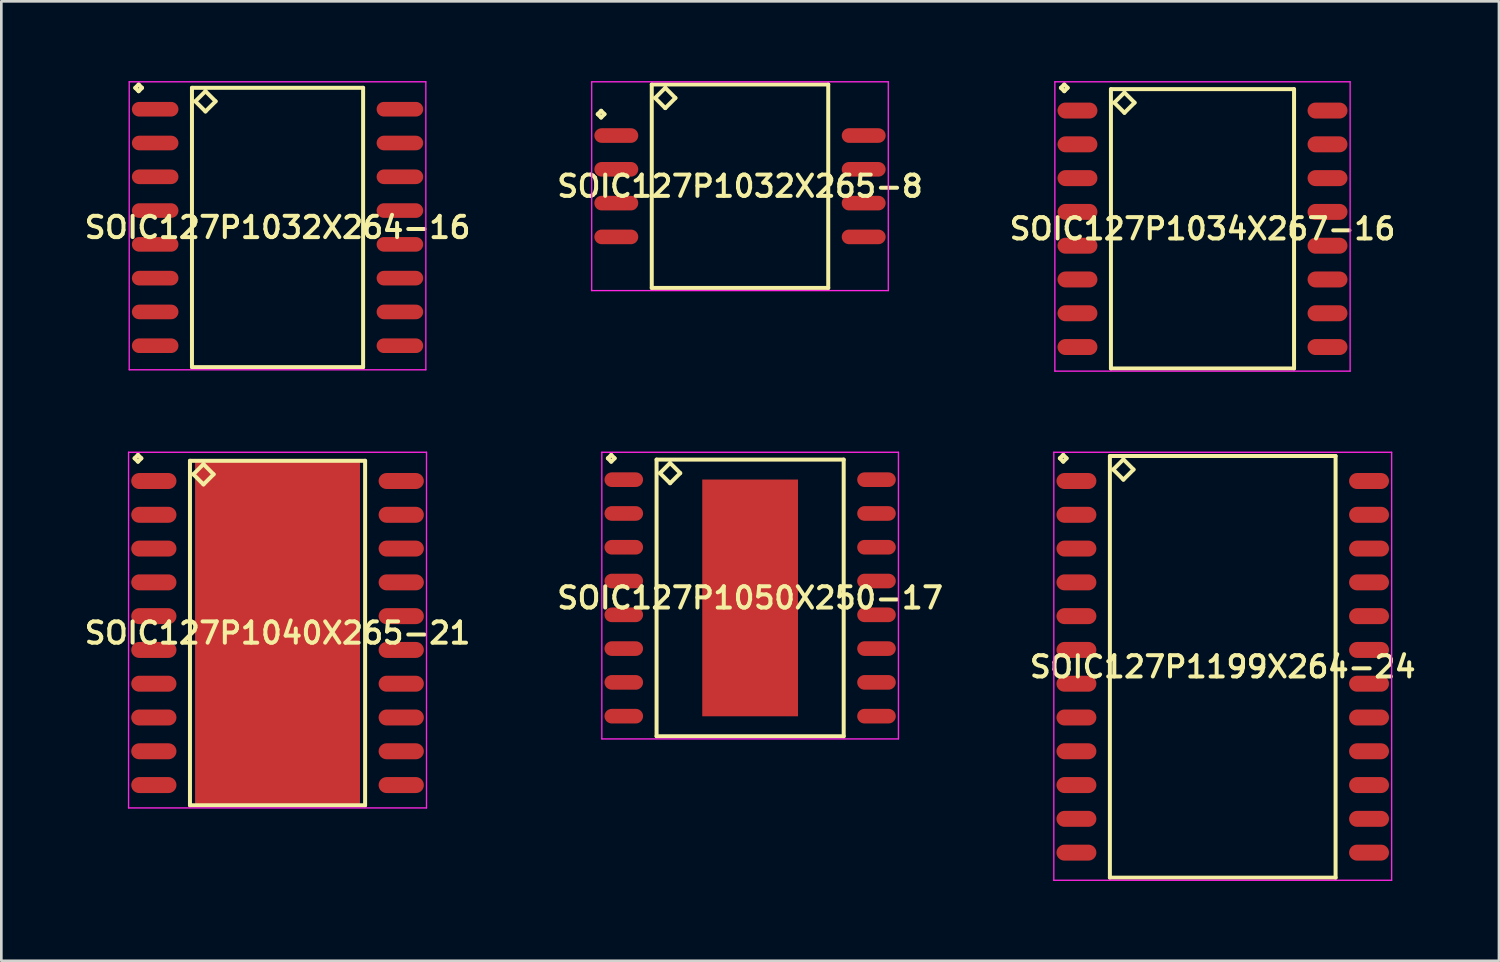
<source format=kicad_pcb>
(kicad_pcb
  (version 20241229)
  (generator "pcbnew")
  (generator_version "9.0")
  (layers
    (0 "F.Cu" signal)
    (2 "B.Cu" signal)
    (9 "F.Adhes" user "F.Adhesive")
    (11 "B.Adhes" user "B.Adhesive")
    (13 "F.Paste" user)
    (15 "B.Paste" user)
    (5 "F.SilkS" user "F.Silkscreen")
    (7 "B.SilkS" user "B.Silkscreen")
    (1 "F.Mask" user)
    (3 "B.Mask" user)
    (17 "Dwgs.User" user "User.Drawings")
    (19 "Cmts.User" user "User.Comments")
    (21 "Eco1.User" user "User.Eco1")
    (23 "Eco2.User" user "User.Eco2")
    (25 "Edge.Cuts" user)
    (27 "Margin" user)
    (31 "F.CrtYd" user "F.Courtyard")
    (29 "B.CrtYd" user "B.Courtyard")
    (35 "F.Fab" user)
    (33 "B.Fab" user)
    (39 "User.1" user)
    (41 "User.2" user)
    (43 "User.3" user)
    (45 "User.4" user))
  (footprint "SOIC127P1199X264-24"
    (layer "F.Cu")
    (at 42.915 22.017)
    (property "Reference" "SOIC127P1199X264-24" (at 0 0 0) (layer "F.SilkS") (effects (font (size 0.8 0.8) (thickness 0.15))))
    (attr smd)
    (fp_line (start -6.123 -7.839) (end -5.996 -7.966) (stroke (width 0.15) (type solid)) (layer "F.SilkS"))
    (fp_line (start -5.996 -7.966) (end -5.869 -7.839) (stroke (width 0.15) (type solid)) (layer "F.SilkS"))
    (fp_line (start -5.996 -7.712) (end -6.123 -7.839) (stroke (width 0.15) (type solid)) (layer "F.SilkS"))
    (fp_line (start -5.869 -7.839) (end -5.996 -7.712) (stroke (width 0.15) (type solid)) (layer "F.SilkS"))
    (fp_line (start -4.242 -7.925) (end -4.242 7.925) (stroke (width 0.15) (type solid)) (layer "F.SilkS"))
    (fp_line (start -4.242 7.925) (end 4.242 7.925) (stroke (width 0.15) (type solid)) (layer "F.SilkS"))
    (fp_line (start -4.115 -7.417) (end -3.734 -7.798) (stroke (width 0.15) (type solid)) (layer "F.SilkS"))
    (fp_line (start -3.734 -7.798) (end -3.353 -7.417) (stroke (width 0.15) (type solid)) (layer "F.SilkS"))
    (fp_line (start -3.734 -7.036) (end -4.115 -7.417) (stroke (width 0.15) (type solid)) (layer "F.SilkS"))
    (fp_line (start -3.353 -7.417) (end -3.734 -7.036) (stroke (width 0.15) (type solid)) (layer "F.SilkS"))
    (fp_line (start 4.242 -7.925) (end -4.242 -7.925) (stroke (width 0.15) (type solid)) (layer "F.SilkS"))
    (fp_line (start 4.242 7.925) (end 4.242 -7.925) (stroke (width 0.15) (type solid)) (layer "F.SilkS"))
    (fp_line (start -6.35 -8.066) (end 6.35 -8.066) (stroke (width 0.05) (type solid)) (layer "F.CrtYd"))
    (fp_line (start -6.35 8.025) (end -6.35 -8.066) (stroke (width 0.05) (type solid)) (layer "F.CrtYd"))
    (fp_line (start 6.35 -8.066) (end 6.35 8.025) (stroke (width 0.05) (type solid)) (layer "F.CrtYd"))
    (fp_line (start 6.35 8.025) (end -6.35 8.025) (stroke (width 0.05) (type solid)) (layer "F.CrtYd"))
    (pad "1" smd oval (at -5.5 -6.985) (size 1.5 0.6) (layers "F.Cu" "F.Mask" "F.Paste"))
    (pad "2" smd oval (at -5.5 -5.715) (size 1.5 0.6) (layers "F.Cu" "F.Mask" "F.Paste"))
    (pad "3" smd oval (at -5.5 -4.445) (size 1.5 0.6) (layers "F.Cu" "F.Mask" "F.Paste"))
    (pad "4" smd oval (at -5.5 -3.175) (size 1.5 0.6) (layers "F.Cu" "F.Mask" "F.Paste"))
    (pad "5" smd oval (at -5.5 -1.905) (size 1.5 0.6) (layers "F.Cu" "F.Mask" "F.Paste"))
    (pad "6" smd oval (at -5.5 -0.635) (size 1.5 0.6) (layers "F.Cu" "F.Mask" "F.Paste"))
    (pad "7" smd oval (at -5.5 0.635) (size 1.5 0.6) (layers "F.Cu" "F.Mask" "F.Paste"))
    (pad "8" smd oval (at -5.5 1.905) (size 1.5 0.6) (layers "F.Cu" "F.Mask" "F.Paste"))
    (pad "9" smd oval (at -5.5 3.175) (size 1.5 0.6) (layers "F.Cu" "F.Mask" "F.Paste"))
    (pad "10" smd oval (at -5.5 4.445) (size 1.5 0.6) (layers "F.Cu" "F.Mask" "F.Paste"))
    (pad "11" smd oval (at -5.5 5.715) (size 1.5 0.6) (layers "F.Cu" "F.Mask" "F.Paste"))
    (pad "12" smd oval (at -5.5 6.985) (size 1.5 0.6) (layers "F.Cu" "F.Mask" "F.Paste"))
    (pad "13" smd oval (at 5.5 6.985) (size 1.5 0.6) (layers "F.Cu" "F.Mask" "F.Paste"))
    (pad "14" smd oval (at 5.5 5.715) (size 1.5 0.6) (layers "F.Cu" "F.Mask" "F.Paste"))
    (pad "15" smd oval (at 5.5 4.445) (size 1.5 0.6) (layers "F.Cu" "F.Mask" "F.Paste"))
    (pad "16" smd oval (at 5.5 3.175) (size 1.5 0.6) (layers "F.Cu" "F.Mask" "F.Paste"))
    (pad "17" smd oval (at 5.5 1.905) (size 1.5 0.6) (layers "F.Cu" "F.Mask" "F.Paste"))
    (pad "18" smd oval (at 5.5 0.635) (size 1.5 0.6) (layers "F.Cu" "F.Mask" "F.Paste"))
    (pad "19" smd oval (at 5.5 -0.635) (size 1.5 0.6) (layers "F.Cu" "F.Mask" "F.Paste"))
    (pad "20" smd oval (at 5.5 -1.905) (size 1.5 0.6) (layers "F.Cu" "F.Mask" "F.Paste"))
    (pad "21" smd oval (at 5.5 -3.175) (size 1.5 0.6) (layers "F.Cu" "F.Mask" "F.Paste"))
    (pad "22" smd oval (at 5.5 -4.445) (size 1.5 0.6) (layers "F.Cu" "F.Mask" "F.Paste"))
    (pad "23" smd oval (at 5.5 -5.715) (size 1.5 0.6) (layers "F.Cu" "F.Mask" "F.Paste"))
    (pad "24" smd oval (at 5.5 -6.985) (size 1.5 0.6) (layers "F.Cu" "F.Mask" "F.Paste")))
  (footprint "SOIC127P1040X265-21"
    (layer "F.Cu")
    (at 7.383 20.747)
    (property "Reference" "SOIC127P1040X265-21" (at 0 0 0) (layer "F.SilkS") (effects (font (size 0.8 0.8) (thickness 0.15))))
    (attr smd)
    (fp_line (start -5.373 -6.569) (end -5.246 -6.696) (stroke (width 0.15) (type solid)) (layer "F.SilkS"))
    (fp_line (start -5.246 -6.696) (end -5.119 -6.569) (stroke (width 0.15) (type solid)) (layer "F.SilkS"))
    (fp_line (start -5.246 -6.442) (end -5.373 -6.569) (stroke (width 0.15) (type solid)) (layer "F.SilkS"))
    (fp_line (start -5.119 -6.569) (end -5.246 -6.442) (stroke (width 0.15) (type solid)) (layer "F.SilkS"))
    (fp_line (start -3.292 -6.475) (end -3.292 6.475) (stroke (width 0.15) (type solid)) (layer "F.SilkS"))
    (fp_line (start -3.292 6.475) (end 3.292 6.475) (stroke (width 0.15) (type solid)) (layer "F.SilkS"))
    (fp_line (start -3.165 -5.967) (end -2.784 -6.348) (stroke (width 0.15) (type solid)) (layer "F.SilkS"))
    (fp_line (start -2.784 -6.348) (end -2.403 -5.967) (stroke (width 0.15) (type solid)) (layer "F.SilkS"))
    (fp_line (start -2.784 -5.586) (end -3.165 -5.967) (stroke (width 0.15) (type solid)) (layer "F.SilkS"))
    (fp_line (start -2.403 -5.967) (end -2.784 -5.586) (stroke (width 0.15) (type solid)) (layer "F.SilkS"))
    (fp_line (start 3.292 -6.475) (end -3.292 -6.475) (stroke (width 0.15) (type solid)) (layer "F.SilkS"))
    (fp_line (start 3.292 6.475) (end 3.292 -6.475) (stroke (width 0.15) (type solid)) (layer "F.SilkS"))
    (fp_line (start -5.6 -6.796) (end 5.6 -6.796) (stroke (width 0.05) (type solid)) (layer "F.CrtYd"))
    (fp_line (start -5.6 6.575) (end -5.6 -6.796) (stroke (width 0.05) (type solid)) (layer "F.CrtYd"))
    (fp_line (start 5.6 -6.796) (end 5.6 6.575) (stroke (width 0.05) (type solid)) (layer "F.CrtYd"))
    (fp_line (start 5.6 6.575) (end -5.6 6.575) (stroke (width 0.05) (type solid)) (layer "F.CrtYd"))
    (pad "1" smd oval (at -4.65 -5.715) (size 1.7 0.6) (layers "F.Cu" "F.Mask" "F.Paste"))
    (pad "2" smd oval (at -4.65 -4.445) (size 1.7 0.6) (layers "F.Cu" "F.Mask" "F.Paste"))
    (pad "3" smd oval (at -4.65 -3.175) (size 1.7 0.6) (layers "F.Cu" "F.Mask" "F.Paste"))
    (pad "4" smd oval (at -4.65 -1.905) (size 1.7 0.6) (layers "F.Cu" "F.Mask" "F.Paste"))
    (pad "5" smd oval (at -4.65 -0.635) (size 1.7 0.6) (layers "F.Cu" "F.Mask" "F.Paste"))
    (pad "6" smd oval (at -4.65 0.635) (size 1.7 0.6) (layers "F.Cu" "F.Mask" "F.Paste"))
    (pad "7" smd oval (at -4.65 1.905) (size 1.7 0.6) (layers "F.Cu" "F.Mask" "F.Paste"))
    (pad "8" smd oval (at -4.65 3.175) (size 1.7 0.6) (layers "F.Cu" "F.Mask" "F.Paste"))
    (pad "9" smd oval (at -4.65 4.445) (size 1.7 0.6) (layers "F.Cu" "F.Mask" "F.Paste"))
    (pad "10" smd oval (at -4.65 5.715) (size 1.7 0.6) (layers "F.Cu" "F.Mask" "F.Paste"))
    (pad "11" smd oval (at 4.65 5.715) (size 1.7 0.6) (layers "F.Cu" "F.Mask" "F.Paste"))
    (pad "12" smd oval (at 4.65 4.445) (size 1.7 0.6) (layers "F.Cu" "F.Mask" "F.Paste"))
    (pad "13" smd oval (at 4.65 3.175) (size 1.7 0.6) (layers "F.Cu" "F.Mask" "F.Paste"))
    (pad "14" smd oval (at 4.65 1.905) (size 1.7 0.6) (layers "F.Cu" "F.Mask" "F.Paste"))
    (pad "15" smd oval (at 4.65 0.635) (size 1.7 0.6) (layers "F.Cu" "F.Mask" "F.Paste"))
    (pad "16" smd oval (at 4.65 -0.635) (size 1.7 0.6) (layers "F.Cu" "F.Mask" "F.Paste"))
    (pad "17" smd oval (at 4.65 -1.905) (size 1.7 0.6) (layers "F.Cu" "F.Mask" "F.Paste"))
    (pad "18" smd oval (at 4.65 -3.175) (size 1.7 0.6) (layers "F.Cu" "F.Mask" "F.Paste"))
    (pad "19" smd oval (at 4.65 -4.445) (size 1.7 0.6) (layers "F.Cu" "F.Mask" "F.Paste"))
    (pad "20" smd oval (at 4.65 -5.715) (size 1.7 0.6) (layers "F.Cu" "F.Mask" "F.Paste"))
    (pad "21" smd rect (at 0 0) (size 6.2 12.95) (layers "F.Cu" "F.Mask" "F.Paste")))
  (footprint "SOIC127P1050X250-17"
    (layer "F.Cu")
    (at 25.149 19.427)
    (property "Reference" "SOIC127P1050X250-17" (at 0 0 0) (layer "F.SilkS") (effects (font (size 0.8 0.8) (thickness 0.15))))
    (attr smd)
    (fp_line (start -5.348 -5.249) (end -5.221 -5.376) (stroke (width 0.15) (type solid)) (layer "F.SilkS"))
    (fp_line (start -5.221 -5.376) (end -5.094 -5.249) (stroke (width 0.15) (type solid)) (layer "F.SilkS"))
    (fp_line (start -5.221 -5.122) (end -5.348 -5.249) (stroke (width 0.15) (type solid)) (layer "F.SilkS"))
    (fp_line (start -5.094 -5.249) (end -5.221 -5.122) (stroke (width 0.15) (type solid)) (layer "F.SilkS"))
    (fp_line (start -3.517 -5.2) (end -3.517 5.2) (stroke (width 0.15) (type solid)) (layer "F.SilkS"))
    (fp_line (start -3.517 5.2) (end 3.517 5.2) (stroke (width 0.15) (type solid)) (layer "F.SilkS"))
    (fp_line (start -3.39 -4.692) (end -3.009 -5.073) (stroke (width 0.15) (type solid)) (layer "F.SilkS"))
    (fp_line (start -3.009 -5.073) (end -2.628 -4.692) (stroke (width 0.15) (type solid)) (layer "F.SilkS"))
    (fp_line (start -3.009 -4.311) (end -3.39 -4.692) (stroke (width 0.15) (type solid)) (layer "F.SilkS"))
    (fp_line (start -2.628 -4.692) (end -3.009 -4.311) (stroke (width 0.15) (type solid)) (layer "F.SilkS"))
    (fp_line (start 3.517 -5.2) (end -3.517 -5.2) (stroke (width 0.15) (type solid)) (layer "F.SilkS"))
    (fp_line (start 3.517 5.2) (end 3.517 -5.2) (stroke (width 0.15) (type solid)) (layer "F.SilkS"))
    (fp_line (start -5.575 -5.476) (end 5.575 -5.476) (stroke (width 0.05) (type solid)) (layer "F.CrtYd"))
    (fp_line (start -5.575 5.3) (end -5.575 -5.476) (stroke (width 0.05) (type solid)) (layer "F.CrtYd"))
    (fp_line (start 5.575 -5.476) (end 5.575 5.3) (stroke (width 0.05) (type solid)) (layer "F.CrtYd"))
    (fp_line (start 5.575 5.3) (end -5.575 5.3) (stroke (width 0.05) (type solid)) (layer "F.CrtYd"))
    (pad "1" smd oval (at -4.75 -4.445) (size 1.45 0.55) (layers "F.Cu" "F.Mask" "F.Paste"))
    (pad "2" smd oval (at -4.75 -3.175) (size 1.45 0.55) (layers "F.Cu" "F.Mask" "F.Paste"))
    (pad "3" smd oval (at -4.75 -1.905) (size 1.45 0.55) (layers "F.Cu" "F.Mask" "F.Paste"))
    (pad "4" smd oval (at -4.75 -0.635) (size 1.45 0.55) (layers "F.Cu" "F.Mask" "F.Paste"))
    (pad "5" smd oval (at -4.75 0.635) (size 1.45 0.55) (layers "F.Cu" "F.Mask" "F.Paste"))
    (pad "6" smd oval (at -4.75 1.905) (size 1.45 0.55) (layers "F.Cu" "F.Mask" "F.Paste"))
    (pad "7" smd oval (at -4.75 3.175) (size 1.45 0.55) (layers "F.Cu" "F.Mask" "F.Paste"))
    (pad "8" smd oval (at -4.75 4.445) (size 1.45 0.55) (layers "F.Cu" "F.Mask" "F.Paste"))
    (pad "9" smd oval (at 4.75 4.445) (size 1.45 0.55) (layers "F.Cu" "F.Mask" "F.Paste"))
    (pad "10" smd oval (at 4.75 3.175) (size 1.45 0.55) (layers "F.Cu" "F.Mask" "F.Paste"))
    (pad "11" smd oval (at 4.75 1.905) (size 1.45 0.55) (layers "F.Cu" "F.Mask" "F.Paste"))
    (pad "12" smd oval (at 4.75 0.635) (size 1.45 0.55) (layers "F.Cu" "F.Mask" "F.Paste"))
    (pad "13" smd oval (at 4.75 -0.635) (size 1.45 0.55) (layers "F.Cu" "F.Mask" "F.Paste"))
    (pad "14" smd oval (at 4.75 -1.905) (size 1.45 0.55) (layers "F.Cu" "F.Mask" "F.Paste"))
    (pad "15" smd oval (at 4.75 -3.175) (size 1.45 0.55) (layers "F.Cu" "F.Mask" "F.Paste"))
    (pad "16" smd oval (at 4.75 -4.445) (size 1.45 0.55) (layers "F.Cu" "F.Mask" "F.Paste"))
    (pad "17" smd rect (at 0 0) (size 3.6 8.9) (layers "F.Cu" "F.Mask" "F.Paste")))
  (footprint "SOIC127P1032X264-16"
    (layer "F.Cu")
    (at 7.383 5.501)
    (property "Reference" "SOIC127P1032X264-16" (at 0 0 0) (layer "F.SilkS") (effects (font (size 0.8 0.8) (thickness 0.15))))
    (attr smd)
    (fp_line (start -5.348 -5.249) (end -5.221 -5.376) (stroke (width 0.15) (type solid)) (layer "F.SilkS"))
    (fp_line (start -5.221 -5.376) (end -5.094 -5.249) (stroke (width 0.15) (type solid)) (layer "F.SilkS"))
    (fp_line (start -5.221 -5.122) (end -5.348 -5.249) (stroke (width 0.15) (type solid)) (layer "F.SilkS"))
    (fp_line (start -5.094 -5.249) (end -5.221 -5.122) (stroke (width 0.15) (type solid)) (layer "F.SilkS"))
    (fp_line (start -3.217 -5.25) (end -3.217 5.25) (stroke (width 0.15) (type solid)) (layer "F.SilkS"))
    (fp_line (start -3.217 5.25) (end 3.217 5.25) (stroke (width 0.15) (type solid)) (layer "F.SilkS"))
    (fp_line (start -3.09 -4.742) (end -2.709 -5.123) (stroke (width 0.15) (type solid)) (layer "F.SilkS"))
    (fp_line (start -2.709 -5.123) (end -2.328 -4.742) (stroke (width 0.15) (type solid)) (layer "F.SilkS"))
    (fp_line (start -2.709 -4.361) (end -3.09 -4.742) (stroke (width 0.15) (type solid)) (layer "F.SilkS"))
    (fp_line (start -2.328 -4.742) (end -2.709 -4.361) (stroke (width 0.15) (type solid)) (layer "F.SilkS"))
    (fp_line (start 3.217 -5.25) (end -3.217 -5.25) (stroke (width 0.15) (type solid)) (layer "F.SilkS"))
    (fp_line (start 3.217 5.25) (end 3.217 -5.25) (stroke (width 0.15) (type solid)) (layer "F.SilkS"))
    (fp_line (start -5.575 -5.476) (end 5.575 -5.476) (stroke (width 0.05) (type solid)) (layer "F.CrtYd"))
    (fp_line (start -5.575 5.35) (end -5.575 -5.476) (stroke (width 0.05) (type solid)) (layer "F.CrtYd"))
    (fp_line (start 5.575 -5.476) (end 5.575 5.35) (stroke (width 0.05) (type solid)) (layer "F.CrtYd"))
    (fp_line (start 5.575 5.35) (end -5.575 5.35) (stroke (width 0.05) (type solid)) (layer "F.CrtYd"))
    (pad "1" smd oval (at -4.6 -4.445) (size 1.75 0.55) (layers "F.Cu" "F.Mask" "F.Paste"))
    (pad "2" smd oval (at -4.6 -3.175) (size 1.75 0.55) (layers "F.Cu" "F.Mask" "F.Paste"))
    (pad "3" smd oval (at -4.6 -1.905) (size 1.75 0.55) (layers "F.Cu" "F.Mask" "F.Paste"))
    (pad "4" smd oval (at -4.6 -0.635) (size 1.75 0.55) (layers "F.Cu" "F.Mask" "F.Paste"))
    (pad "5" smd oval (at -4.6 0.635) (size 1.75 0.55) (layers "F.Cu" "F.Mask" "F.Paste"))
    (pad "6" smd oval (at -4.6 1.905) (size 1.75 0.55) (layers "F.Cu" "F.Mask" "F.Paste"))
    (pad "7" smd oval (at -4.6 3.175) (size 1.75 0.55) (layers "F.Cu" "F.Mask" "F.Paste"))
    (pad "8" smd oval (at -4.6 4.445) (size 1.75 0.55) (layers "F.Cu" "F.Mask" "F.Paste"))
    (pad "9" smd oval (at 4.6 4.445) (size 1.75 0.55) (layers "F.Cu" "F.Mask" "F.Paste"))
    (pad "10" smd oval (at 4.6 3.175) (size 1.75 0.55) (layers "F.Cu" "F.Mask" "F.Paste"))
    (pad "11" smd oval (at 4.6 1.905) (size 1.75 0.55) (layers "F.Cu" "F.Mask" "F.Paste"))
    (pad "12" smd oval (at 4.6 0.635) (size 1.75 0.55) (layers "F.Cu" "F.Mask" "F.Paste"))
    (pad "13" smd oval (at 4.6 -0.635) (size 1.75 0.55) (layers "F.Cu" "F.Mask" "F.Paste"))
    (pad "14" smd oval (at 4.6 -1.905) (size 1.75 0.55) (layers "F.Cu" "F.Mask" "F.Paste"))
    (pad "15" smd oval (at 4.6 -3.175) (size 1.75 0.55) (layers "F.Cu" "F.Mask" "F.Paste"))
    (pad "16" smd oval (at 4.6 -4.445) (size 1.75 0.55) (layers "F.Cu" "F.Mask" "F.Paste")))
  (footprint "SOIC127P1032X265-8"
    (layer "F.Cu")
    (at 24.768 3.95)
    (property "Reference" "SOIC127P1032X265-8" (at 0 0 0) (layer "F.SilkS") (effects (font (size 0.8 0.8) (thickness 0.15))))
    (attr smd)
    (fp_line (start -5.348 -2.709) (end -5.221 -2.836) (stroke (width 0.15) (type solid)) (layer "F.SilkS"))
    (fp_line (start -5.221 -2.836) (end -5.094 -2.709) (stroke (width 0.15) (type solid)) (layer "F.SilkS"))
    (fp_line (start -5.221 -2.582) (end -5.348 -2.709) (stroke (width 0.15) (type solid)) (layer "F.SilkS"))
    (fp_line (start -5.094 -2.709) (end -5.221 -2.582) (stroke (width 0.15) (type solid)) (layer "F.SilkS"))
    (fp_line (start -3.317 -3.825) (end -3.317 3.825) (stroke (width 0.15) (type solid)) (layer "F.SilkS"))
    (fp_line (start -3.317 3.825) (end 3.317 3.825) (stroke (width 0.15) (type solid)) (layer "F.SilkS"))
    (fp_line (start -3.19 -3.317) (end -2.809 -3.698) (stroke (width 0.15) (type solid)) (layer "F.SilkS"))
    (fp_line (start -2.809 -3.698) (end -2.428 -3.317) (stroke (width 0.15) (type solid)) (layer "F.SilkS"))
    (fp_line (start -2.809 -2.936) (end -3.19 -3.317) (stroke (width 0.15) (type solid)) (layer "F.SilkS"))
    (fp_line (start -2.428 -3.317) (end -2.809 -2.936) (stroke (width 0.15) (type solid)) (layer "F.SilkS"))
    (fp_line (start 3.317 -3.825) (end -3.317 -3.825) (stroke (width 0.15) (type solid)) (layer "F.SilkS"))
    (fp_line (start 3.317 3.825) (end 3.317 -3.825) (stroke (width 0.15) (type solid)) (layer "F.SilkS"))
    (fp_line (start -5.575 -3.925) (end 5.575 -3.925) (stroke (width 0.05) (type solid)) (layer "F.CrtYd"))
    (fp_line (start -5.575 3.925) (end -5.575 -3.925) (stroke (width 0.05) (type solid)) (layer "F.CrtYd"))
    (fp_line (start 5.575 -3.925) (end 5.575 3.925) (stroke (width 0.05) (type solid)) (layer "F.CrtYd"))
    (fp_line (start 5.575 3.925) (end -5.575 3.925) (stroke (width 0.05) (type solid)) (layer "F.CrtYd"))
    (pad "1" smd oval (at -4.65 -1.905) (size 1.65 0.55) (layers "F.Cu" "F.Mask" "F.Paste"))
    (pad "2" smd oval (at -4.65 -0.635) (size 1.65 0.55) (layers "F.Cu" "F.Mask" "F.Paste"))
    (pad "3" smd oval (at -4.65 0.635) (size 1.65 0.55) (layers "F.Cu" "F.Mask" "F.Paste"))
    (pad "4" smd oval (at -4.65 1.905) (size 1.65 0.55) (layers "F.Cu" "F.Mask" "F.Paste"))
    (pad "5" smd oval (at 4.65 1.905) (size 1.65 0.55) (layers "F.Cu" "F.Mask" "F.Paste"))
    (pad "6" smd oval (at 4.65 0.635) (size 1.65 0.55) (layers "F.Cu" "F.Mask" "F.Paste"))
    (pad "7" smd oval (at 4.65 -0.635) (size 1.65 0.55) (layers "F.Cu" "F.Mask" "F.Paste"))
    (pad "8" smd oval (at 4.65 -1.905) (size 1.65 0.55) (layers "F.Cu" "F.Mask" "F.Paste")))
  (footprint "SOIC127P1034X267-16"
    (layer "F.Cu")
    (at 42.154 5.551)
    (property "Reference" "SOIC127P1034X267-16" (at 0 0 0) (layer "F.SilkS") (effects (font (size 0.8 0.8) (thickness 0.15))))
    (attr smd)
    (fp_line (start -5.323 -5.299) (end -5.196 -5.426) (stroke (width 0.15) (type solid)) (layer "F.SilkS"))
    (fp_line (start -5.196 -5.426) (end -5.069 -5.299) (stroke (width 0.15) (type solid)) (layer "F.SilkS"))
    (fp_line (start -5.196 -5.172) (end -5.323 -5.299) (stroke (width 0.15) (type solid)) (layer "F.SilkS"))
    (fp_line (start -5.069 -5.299) (end -5.196 -5.172) (stroke (width 0.15) (type solid)) (layer "F.SilkS"))
    (fp_line (start -3.442 -5.25) (end -3.442 5.25) (stroke (width 0.15) (type solid)) (layer "F.SilkS"))
    (fp_line (start -3.442 5.25) (end 3.442 5.25) (stroke (width 0.15) (type solid)) (layer "F.SilkS"))
    (fp_line (start -3.315 -4.742) (end -2.934 -5.123) (stroke (width 0.15) (type solid)) (layer "F.SilkS"))
    (fp_line (start -2.934 -5.123) (end -2.553 -4.742) (stroke (width 0.15) (type solid)) (layer "F.SilkS"))
    (fp_line (start -2.934 -4.361) (end -3.315 -4.742) (stroke (width 0.15) (type solid)) (layer "F.SilkS"))
    (fp_line (start -2.553 -4.742) (end -2.934 -4.361) (stroke (width 0.15) (type solid)) (layer "F.SilkS"))
    (fp_line (start 3.442 -5.25) (end -3.442 -5.25) (stroke (width 0.15) (type solid)) (layer "F.SilkS"))
    (fp_line (start 3.442 5.25) (end 3.442 -5.25) (stroke (width 0.15) (type solid)) (layer "F.SilkS"))
    (fp_line (start -5.55 -5.526) (end 5.55 -5.526) (stroke (width 0.05) (type solid)) (layer "F.CrtYd"))
    (fp_line (start -5.55 5.35) (end -5.55 -5.526) (stroke (width 0.05) (type solid)) (layer "F.CrtYd"))
    (fp_line (start 5.55 -5.526) (end 5.55 5.35) (stroke (width 0.05) (type solid)) (layer "F.CrtYd"))
    (fp_line (start 5.55 5.35) (end -5.55 5.35) (stroke (width 0.05) (type solid)) (layer "F.CrtYd"))
    (pad "1" smd oval (at -4.7 -4.445) (size 1.5 0.6) (layers "F.Cu" "F.Mask" "F.Paste"))
    (pad "2" smd oval (at -4.7 -3.175) (size 1.5 0.6) (layers "F.Cu" "F.Mask" "F.Paste"))
    (pad "3" smd oval (at -4.7 -1.905) (size 1.5 0.6) (layers "F.Cu" "F.Mask" "F.Paste"))
    (pad "4" smd oval (at -4.7 -0.635) (size 1.5 0.6) (layers "F.Cu" "F.Mask" "F.Paste"))
    (pad "5" smd oval (at -4.7 0.635) (size 1.5 0.6) (layers "F.Cu" "F.Mask" "F.Paste"))
    (pad "6" smd oval (at -4.7 1.905) (size 1.5 0.6) (layers "F.Cu" "F.Mask" "F.Paste"))
    (pad "7" smd oval (at -4.7 3.175) (size 1.5 0.6) (layers "F.Cu" "F.Mask" "F.Paste"))
    (pad "8" smd oval (at -4.7 4.445) (size 1.5 0.6) (layers "F.Cu" "F.Mask" "F.Paste"))
    (pad "9" smd oval (at 4.7 4.445) (size 1.5 0.6) (layers "F.Cu" "F.Mask" "F.Paste"))
    (pad "10" smd oval (at 4.7 3.175) (size 1.5 0.6) (layers "F.Cu" "F.Mask" "F.Paste"))
    (pad "11" smd oval (at 4.7 1.905) (size 1.5 0.6) (layers "F.Cu" "F.Mask" "F.Paste"))
    (pad "12" smd oval (at 4.7 0.635) (size 1.5 0.6) (layers "F.Cu" "F.Mask" "F.Paste"))
    (pad "13" smd oval (at 4.7 -0.635) (size 1.5 0.6) (layers "F.Cu" "F.Mask" "F.Paste"))
    (pad "14" smd oval (at 4.7 -1.905) (size 1.5 0.6) (layers "F.Cu" "F.Mask" "F.Paste"))
    (pad "15" smd oval (at 4.7 -3.175) (size 1.5 0.6) (layers "F.Cu" "F.Mask" "F.Paste"))
    (pad "16" smd oval (at 4.7 -4.445) (size 1.5 0.6) (layers "F.Cu" "F.Mask" "F.Paste")))
  (gr_rect
    (start -3 -3)
    (end 53.299 33.067)
    (stroke (width 0.1) (type default))
    (fill no)
    (layer "Edge.Cuts")))
</source>
